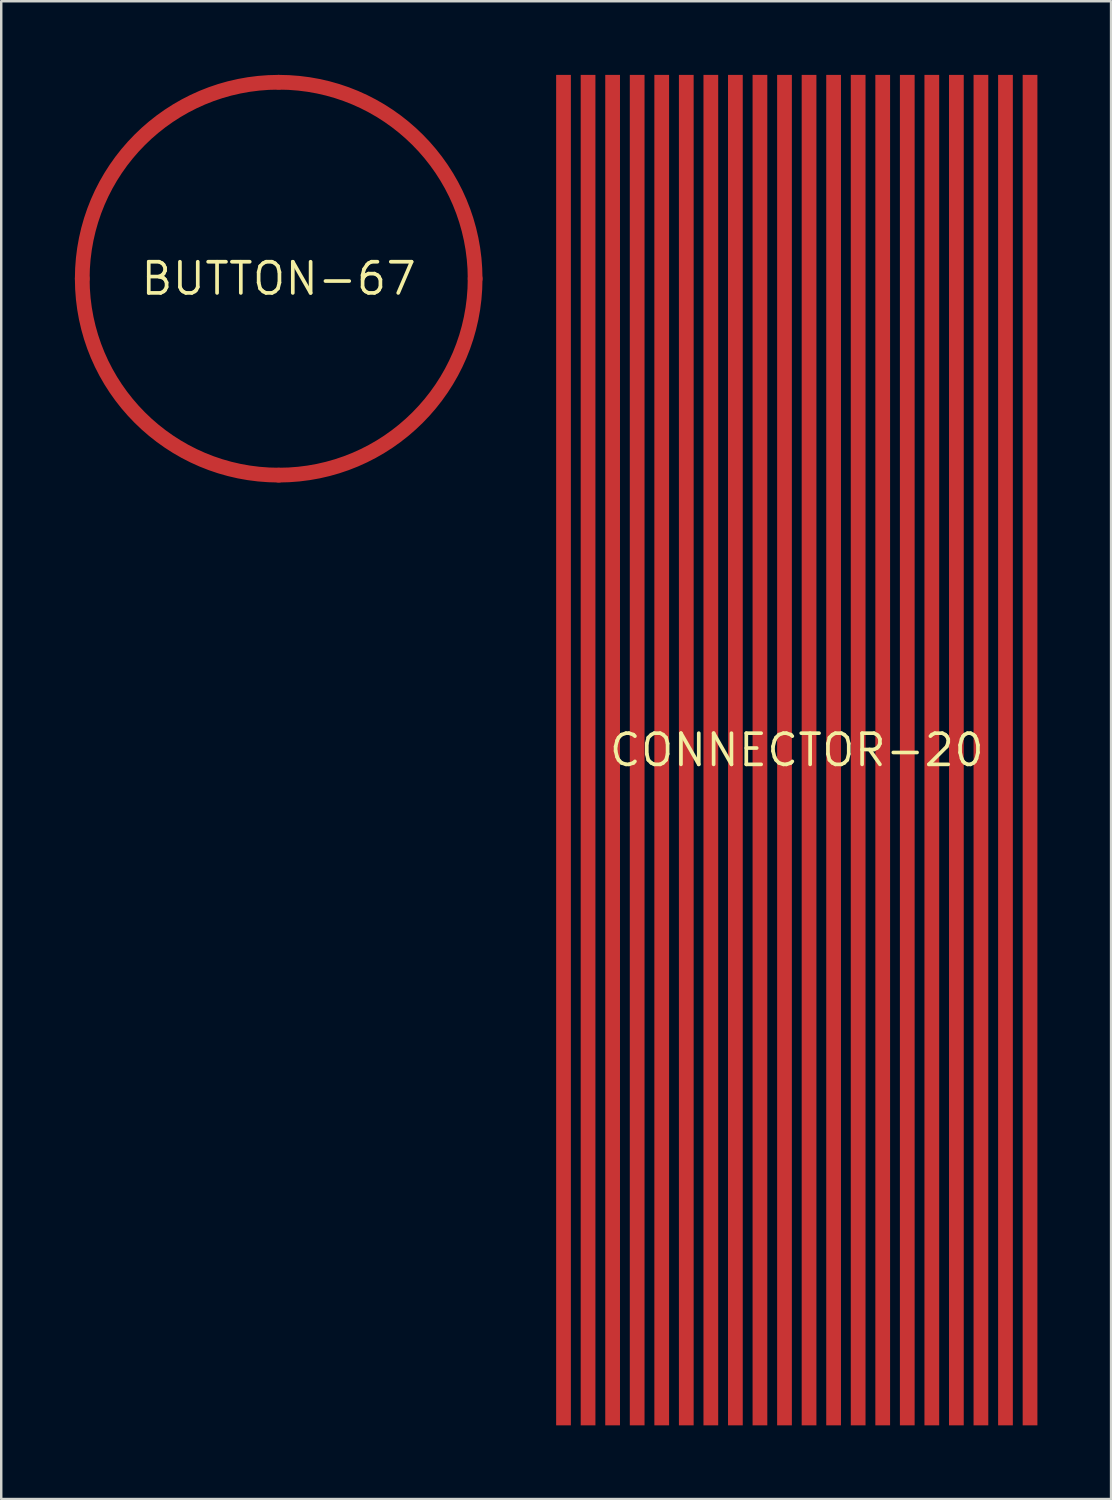
<source format=kicad_pcb>
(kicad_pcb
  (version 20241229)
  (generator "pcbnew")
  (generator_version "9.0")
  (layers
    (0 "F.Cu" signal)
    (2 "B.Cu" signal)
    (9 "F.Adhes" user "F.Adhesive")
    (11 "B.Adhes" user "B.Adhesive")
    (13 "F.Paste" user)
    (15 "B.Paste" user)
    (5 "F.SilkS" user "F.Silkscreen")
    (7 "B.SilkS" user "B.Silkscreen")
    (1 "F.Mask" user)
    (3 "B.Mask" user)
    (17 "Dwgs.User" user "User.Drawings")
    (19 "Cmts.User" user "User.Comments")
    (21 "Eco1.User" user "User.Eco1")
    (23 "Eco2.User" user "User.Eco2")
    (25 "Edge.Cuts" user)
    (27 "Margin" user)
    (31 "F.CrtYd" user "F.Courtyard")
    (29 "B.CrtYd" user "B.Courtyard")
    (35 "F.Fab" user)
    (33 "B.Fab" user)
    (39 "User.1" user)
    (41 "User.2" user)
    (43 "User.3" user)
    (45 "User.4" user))
  (footprint "CONNECTOR-20"
    (layer "F.Cu")
    (at 29.4 27.5)
    (property "Reference" "CONNECTOR-20" (at 0 0 0) (unlocked yes) (layer "F.SilkS") (effects (font (size 1.27 1.27) (thickness 0.15))))
    (pad "1" smd rect (at -9.5 0 180) (size 0.6 55) (layers "F.Cu" "F.Mask" "F.Paste"))
    (pad "2" smd rect (at -8.5 0 180) (size 0.6 55) (layers "F.Cu" "F.Mask" "F.Paste"))
    (pad "3" smd rect (at -7.5 0 180) (size 0.6 55) (layers "F.Cu" "F.Mask" "F.Paste"))
    (pad "4" smd rect (at -6.5 0 180) (size 0.6 55) (layers "F.Cu" "F.Mask" "F.Paste"))
    (pad "5" smd rect (at -5.5 0 180) (size 0.6 55) (layers "F.Cu" "F.Mask" "F.Paste"))
    (pad "6" smd rect (at -4.5 0 180) (size 0.6 55) (layers "F.Cu" "F.Mask" "F.Paste"))
    (pad "7" smd rect (at -3.5 0 180) (size 0.6 55) (layers "F.Cu" "F.Mask" "F.Paste"))
    (pad "8" smd rect (at -2.5 0 180) (size 0.6 55) (layers "F.Cu" "F.Mask" "F.Paste"))
    (pad "9" smd rect (at -1.5 0 180) (size 0.6 55) (layers "F.Cu" "F.Mask" "F.Paste"))
    (pad "10" smd rect (at -0.5 0 180) (size 0.6 55) (layers "F.Cu" "F.Mask" "F.Paste"))
    (pad "11" smd rect (at 0.5 0 180) (size 0.6 55) (layers "F.Cu" "F.Mask" "F.Paste"))
    (pad "12" smd rect (at 1.5 0 180) (size 0.6 55) (layers "F.Cu" "F.Mask" "F.Paste"))
    (pad "13" smd rect (at 2.5 0 180) (size 0.6 55) (layers "F.Cu" "F.Mask" "F.Paste"))
    (pad "14" smd rect (at 3.5 0 180) (size 0.6 55) (layers "F.Cu" "F.Mask" "F.Paste"))
    (pad "15" smd rect (at 4.5 0 180) (size 0.6 55) (layers "F.Cu" "F.Mask" "F.Paste"))
    (pad "16" smd rect (at 5.5 0 180) (size 0.6 55) (layers "F.Cu" "F.Mask" "F.Paste"))
    (pad "17" smd rect (at 6.5 0 180) (size 0.6 55) (layers "F.Cu" "F.Mask" "F.Paste"))
    (pad "18" smd rect (at 7.5 0 180) (size 0.6 55) (layers "F.Cu" "F.Mask" "F.Paste"))
    (pad "19" smd rect (at 8.5 0 180) (size 0.6 55) (layers "F.Cu" "F.Mask" "F.Paste"))
    (pad "20" smd rect (at 9.5 0 180) (size 0.6 55) (layers "F.Cu" "F.Mask" "F.Paste")))
  (footprint "BUTTON-67"
    (layer "F.Cu")
    (at 8.3 8.3)
    (property "Reference" "BUTTON-67" (at 0 0 0) (unlocked yes) (layer "F.SilkS") (effects (font (size 1.27 1.27) (thickness 0.15))))
    (fp_arc (start -8 0) (mid -5.656854 -5.656854) (end 0 -8) (stroke (width 0.6) (type solid)) (layer "F.Cu"))
    (fp_arc (start 0 -8) (mid 5.656854 -5.656854) (end 8 0) (stroke (width 0.6) (type solid)) (layer "F.Cu"))
    (fp_arc (start 0 8) (mid -5.656854 5.656854) (end -8 0) (stroke (width 0.6) (type solid)) (layer "F.Cu"))
    (fp_arc (start 8 0) (mid 5.656854 5.656854) (end 0 8) (stroke (width 0.6) (type solid)) (layer "F.Cu"))
    (pad "T" smd rect (at -8 0) (size 0.5 0.5) (layers "F.Cu" "F.Mask" "F.Paste")))
  (gr_rect
    (start -3 -3)
    (end 42.2 58)
    (stroke (width 0.1) (type default))
    (fill no)
    (layer "Edge.Cuts")))
</source>
